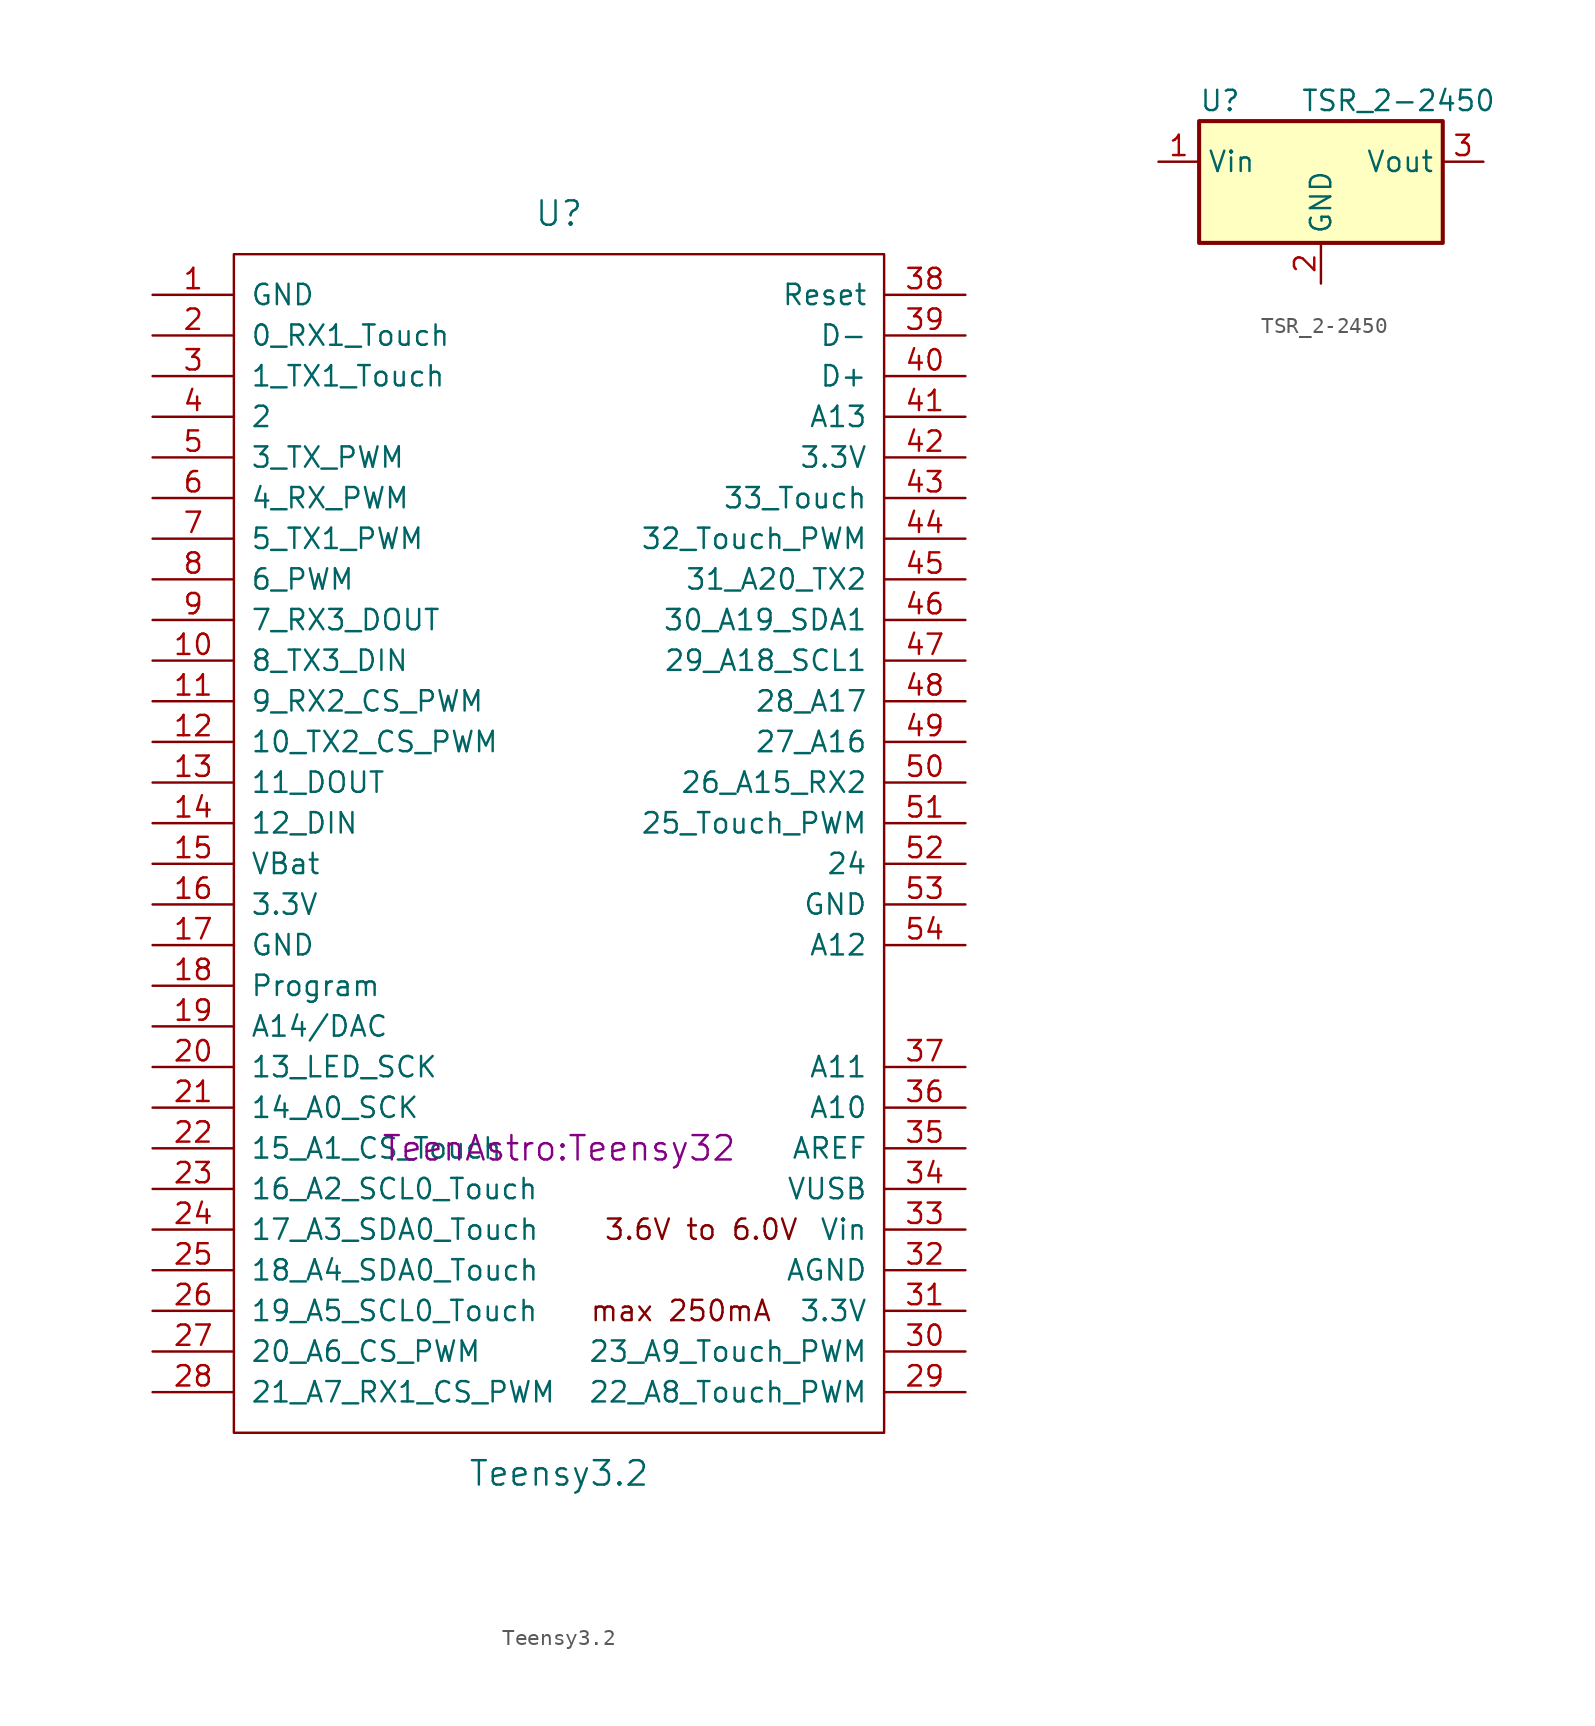
<source format=kicad_sym>
(kicad_symbol_lib
  (version 20220914)
  (generator kicad_symbol_editor)
  (symbol "Teensy3.2"
    (pin_names
      (offset 1.016))
    (property "Reference" "U"
      (at 0 39.37 0)
      (effects (font (size 1.524 1.524))))
    (property "Value" "Teensy3.2"
      (at 0 -39.37 0)
      (effects (font (size 1.524 1.524))))
    (property "Footprint" "TeenAstro:Teensy32"
      (at 0 -19.05 0)
      (effects (font (size 1.524 1.524))))
    (property "Datasheet" ""
      (at 0 -19.05 0)
      (effects (font (size 1.524 1.524))))
    (symbol "Teensy3.2_0_0"
      (text "3.6V to 6.0V" (at 8.89 -24.13 0) (effects (font (size 1.27 1.27))))
      (text "max 250mA" (at 7.62 -29.21 0) (effects (font (size 1.27 1.27)))))
    (symbol "Teensy3.2_0_1"
      (rectangle (start -20.32 -36.83) (end 20.32 36.83) (stroke (width 0) (type default)) (fill (type none))))
    (symbol "Teensy3.2_1_1"
      (pin power_in line (at -25.4 34.29 0) (length 5.08) (name "GND" (effects (font (size 1.27 1.27)))) (number "1" (effects (font (size 1.27 1.27)))))
      (pin bidirectional line (at -25.4 11.43 0) (length 5.08) (name "8_TX3_DIN" (effects (font (size 1.27 1.27)))) (number "10" (effects (font (size 1.27 1.27)))))
      (pin bidirectional line (at -25.4 8.89 0) (length 5.08) (name "9_RX2_CS_PWM" (effects (font (size 1.27 1.27)))) (number "11" (effects (font (size 1.27 1.27)))))
      (pin bidirectional line (at -25.4 6.35 0) (length 5.08) (name "10_TX2_CS_PWM" (effects (font (size 1.27 1.27)))) (number "12" (effects (font (size 1.27 1.27)))))
      (pin bidirectional line (at -25.4 3.81 0) (length 5.08) (name "11_DOUT" (effects (font (size 1.27 1.27)))) (number "13" (effects (font (size 1.27 1.27)))))
      (pin bidirectional line (at -25.4 1.27 0) (length 5.08) (name "12_DIN" (effects (font (size 1.27 1.27)))) (number "14" (effects (font (size 1.27 1.27)))))
      (pin power_in line (at -25.4 -1.27 0) (length 5.08) (name "VBat" (effects (font (size 1.27 1.27)))) (number "15" (effects (font (size 1.27 1.27)))))
      (pin power_out line (at -25.4 -3.81 0) (length 5.08) (name "3.3V" (effects (font (size 1.27 1.27)))) (number "16" (effects (font (size 1.27 1.27)))))
      (pin power_in line (at -25.4 -6.35 0) (length 5.08) (name "GND" (effects (font (size 1.27 1.27)))) (number "17" (effects (font (size 1.27 1.27)))))
      (pin input line (at -25.4 -8.89 0) (length 5.08) (name "Program" (effects (font (size 1.27 1.27)))) (number "18" (effects (font (size 1.27 1.27)))))
      (pin bidirectional line (at -25.4 -11.43 0) (length 5.08) (name "A14/DAC" (effects (font (size 1.27 1.27)))) (number "19" (effects (font (size 1.27 1.27)))))
      (pin bidirectional line (at -25.4 31.75 0) (length 5.08) (name "0_RX1_Touch" (effects (font (size 1.27 1.27)))) (number "2" (effects (font (size 1.27 1.27)))))
      (pin bidirectional line (at -25.4 -13.97 0) (length 5.08) (name "13_LED_SCK" (effects (font (size 1.27 1.27)))) (number "20" (effects (font (size 1.27 1.27)))))
      (pin bidirectional line (at -25.4 -16.51 0) (length 5.08) (name "14_A0_SCK" (effects (font (size 1.27 1.27)))) (number "21" (effects (font (size 1.27 1.27)))))
      (pin bidirectional line (at -25.4 -19.05 0) (length 5.08) (name "15_A1_CS_Touch" (effects (font (size 1.27 1.27)))) (number "22" (effects (font (size 1.27 1.27)))))
      (pin bidirectional line (at -25.4 -21.59 0) (length 5.08) (name "16_A2_SCL0_Touch" (effects (font (size 1.27 1.27)))) (number "23" (effects (font (size 1.27 1.27)))))
      (pin bidirectional line (at -25.4 -24.13 0) (length 5.08) (name "17_A3_SDA0_Touch" (effects (font (size 1.27 1.27)))) (number "24" (effects (font (size 1.27 1.27)))))
      (pin bidirectional line (at -25.4 -26.67 0) (length 5.08) (name "18_A4_SDA0_Touch" (effects (font (size 1.27 1.27)))) (number "25" (effects (font (size 1.27 1.27)))))
      (pin bidirectional line (at -25.4 -29.21 0) (length 5.08) (name "19_A5_SCL0_Touch" (effects (font (size 1.27 1.27)))) (number "26" (effects (font (size 1.27 1.27)))))
      (pin bidirectional line (at -25.4 -31.75 0) (length 5.08) (name "20_A6_CS_PWM" (effects (font (size 1.27 1.27)))) (number "27" (effects (font (size 1.27 1.27)))))
      (pin bidirectional line (at -25.4 -34.29 0) (length 5.08) (name "21_A7_RX1_CS_PWM" (effects (font (size 1.27 1.27)))) (number "28" (effects (font (size 1.27 1.27)))))
      (pin bidirectional line (at 25.4 -34.29 180) (length 5.08) (name "22_A8_Touch_PWM" (effects (font (size 1.27 1.27)))) (number "29" (effects (font (size 1.27 1.27)))))
      (pin bidirectional line (at -25.4 29.21 0) (length 5.08) (name "1_TX1_Touch" (effects (font (size 1.27 1.27)))) (number "3" (effects (font (size 1.27 1.27)))))
      (pin bidirectional line (at 25.4 -31.75 180) (length 5.08) (name "23_A9_Touch_PWM" (effects (font (size 1.27 1.27)))) (number "30" (effects (font (size 1.27 1.27)))))
      (pin power_out line (at 25.4 -29.21 180) (length 5.08) (name "3.3V" (effects (font (size 1.27 1.27)))) (number "31" (effects (font (size 1.27 1.27)))))
      (pin power_out line (at 25.4 -26.67 180) (length 5.08) (name "AGND" (effects (font (size 1.27 1.27)))) (number "32" (effects (font (size 1.27 1.27)))))
      (pin power_in line (at 25.4 -24.13 180) (length 5.08) (name "Vin" (effects (font (size 1.27 1.27)))) (number "33" (effects (font (size 1.27 1.27)))))
      (pin power_in line (at 25.4 -21.59 180) (length 5.08) (name "VUSB" (effects (font (size 1.27 1.27)))) (number "34" (effects (font (size 1.27 1.27)))))
      (pin input line (at 25.4 -19.05 180) (length 5.08) (name "AREF" (effects (font (size 1.27 1.27)))) (number "35" (effects (font (size 1.27 1.27)))))
      (pin bidirectional line (at 25.4 -16.51 180) (length 5.08) (name "A10" (effects (font (size 1.27 1.27)))) (number "36" (effects (font (size 1.27 1.27)))))
      (pin bidirectional line (at 25.4 -13.97 180) (length 5.08) (name "A11" (effects (font (size 1.27 1.27)))) (number "37" (effects (font (size 1.27 1.27)))))
      (pin input line (at 25.4 34.29 180) (length 5.08) (name "Reset" (effects (font (size 1.27 1.27)))) (number "38" (effects (font (size 1.27 1.27)))))
      (pin bidirectional line (at 25.4 31.75 180) (length 5.08) (name "D-" (effects (font (size 1.27 1.27)))) (number "39" (effects (font (size 1.27 1.27)))))
      (pin bidirectional line (at -25.4 26.67 0) (length 5.08) (name "2" (effects (font (size 1.27 1.27)))) (number "4" (effects (font (size 1.27 1.27)))))
      (pin bidirectional line (at 25.4 29.21 180) (length 5.08) (name "D+" (effects (font (size 1.27 1.27)))) (number "40" (effects (font (size 1.27 1.27)))))
      (pin bidirectional line (at 25.4 26.67 180) (length 5.08) (name "A13" (effects (font (size 1.27 1.27)))) (number "41" (effects (font (size 1.27 1.27)))))
      (pin power_out line (at 25.4 24.13 180) (length 5.08) (name "3.3V" (effects (font (size 1.27 1.27)))) (number "42" (effects (font (size 1.27 1.27)))))
      (pin bidirectional line (at 25.4 21.59 180) (length 5.08) (name "33_Touch" (effects (font (size 1.27 1.27)))) (number "43" (effects (font (size 1.27 1.27)))))
      (pin bidirectional line (at 25.4 19.05 180) (length 5.08) (name "32_Touch_PWM" (effects (font (size 1.27 1.27)))) (number "44" (effects (font (size 1.27 1.27)))))
      (pin bidirectional line (at 25.4 16.51 180) (length 5.08) (name "31_A20_TX2" (effects (font (size 1.27 1.27)))) (number "45" (effects (font (size 1.27 1.27)))))
      (pin bidirectional line (at 25.4 13.97 180) (length 5.08) (name "30_A19_SDA1" (effects (font (size 1.27 1.27)))) (number "46" (effects (font (size 1.27 1.27)))))
      (pin bidirectional line (at 25.4 11.43 180) (length 5.08) (name "29_A18_SCL1" (effects (font (size 1.27 1.27)))) (number "47" (effects (font (size 1.27 1.27)))))
      (pin bidirectional line (at 25.4 8.89 180) (length 5.08) (name "28_A17" (effects (font (size 1.27 1.27)))) (number "48" (effects (font (size 1.27 1.27)))))
      (pin bidirectional line (at 25.4 6.35 180) (length 5.08) (name "27_A16" (effects (font (size 1.27 1.27)))) (number "49" (effects (font (size 1.27 1.27)))))
      (pin bidirectional line (at -25.4 24.13 0) (length 5.08) (name "3_TX_PWM" (effects (font (size 1.27 1.27)))) (number "5" (effects (font (size 1.27 1.27)))))
      (pin bidirectional line (at 25.4 3.81 180) (length 5.08) (name "26_A15_RX2" (effects (font (size 1.27 1.27)))) (number "50" (effects (font (size 1.27 1.27)))))
      (pin bidirectional line (at 25.4 1.27 180) (length 5.08) (name "25_Touch_PWM" (effects (font (size 1.27 1.27)))) (number "51" (effects (font (size 1.27 1.27)))))
      (pin bidirectional line (at 25.4 -1.27 180) (length 5.08) (name "24" (effects (font (size 1.27 1.27)))) (number "52" (effects (font (size 1.27 1.27)))))
      (pin power_in line (at 25.4 -3.81 180) (length 5.08) (name "GND" (effects (font (size 1.27 1.27)))) (number "53" (effects (font (size 1.27 1.27)))))
      (pin bidirectional line (at 25.4 -6.35 180) (length 5.08) (name "A12" (effects (font (size 1.27 1.27)))) (number "54" (effects (font (size 1.27 1.27)))))
      (pin bidirectional line (at -25.4 21.59 0) (length 5.08) (name "4_RX_PWM" (effects (font (size 1.27 1.27)))) (number "6" (effects (font (size 1.27 1.27)))))
      (pin bidirectional line (at -25.4 19.05 0) (length 5.08) (name "5_TX1_PWM" (effects (font (size 1.27 1.27)))) (number "7" (effects (font (size 1.27 1.27)))))
      (pin bidirectional line (at -25.4 16.51 0) (length 5.08) (name "6_PWM" (effects (font (size 1.27 1.27)))) (number "8" (effects (font (size 1.27 1.27)))))
      (pin bidirectional line (at -25.4 13.97 0) (length 5.08) (name "7_RX3_DOUT" (effects (font (size 1.27 1.27)))) (number "9" (effects (font (size 1.27 1.27)))))))
  (symbol "TSR_2-2450"
    (property "Reference" "U"
      (at -7.62 6.35 0)
      (effects (font (size 1.27 1.27)) (justify left)))
    (property "Value" "TSR_2-2450"
      (at -1.27 6.35 0)
      (effects (font (size 1.27 1.27)) (justify left)))
    (symbol "TSR_2-2450_0_1"
      (rectangle (start -7.62 5.08) (end 7.62 -2.54) (stroke (width 0.254) (type default)) (fill (type background))))
    (symbol "TSR_2-2450_1_1"
      (pin power_in line (at -10.16 2.54 0) (length 2.54) (name "Vin" (effects (font (size 1.27 1.27)))) (number "1" (effects (font (size 1.27 1.27)))))
      (pin power_in line (at 0 -5.08 90) (length 2.54) (name "GND" (effects (font (size 1.27 1.27)))) (number "2" (effects (font (size 1.27 1.27)))))
      (pin power_out line (at 10.16 2.54 180) (length 2.54) (name "Vout" (effects (font (size 1.27 1.27)))) (number "3" (effects (font (size 1.27 1.27))))))))
</source>
